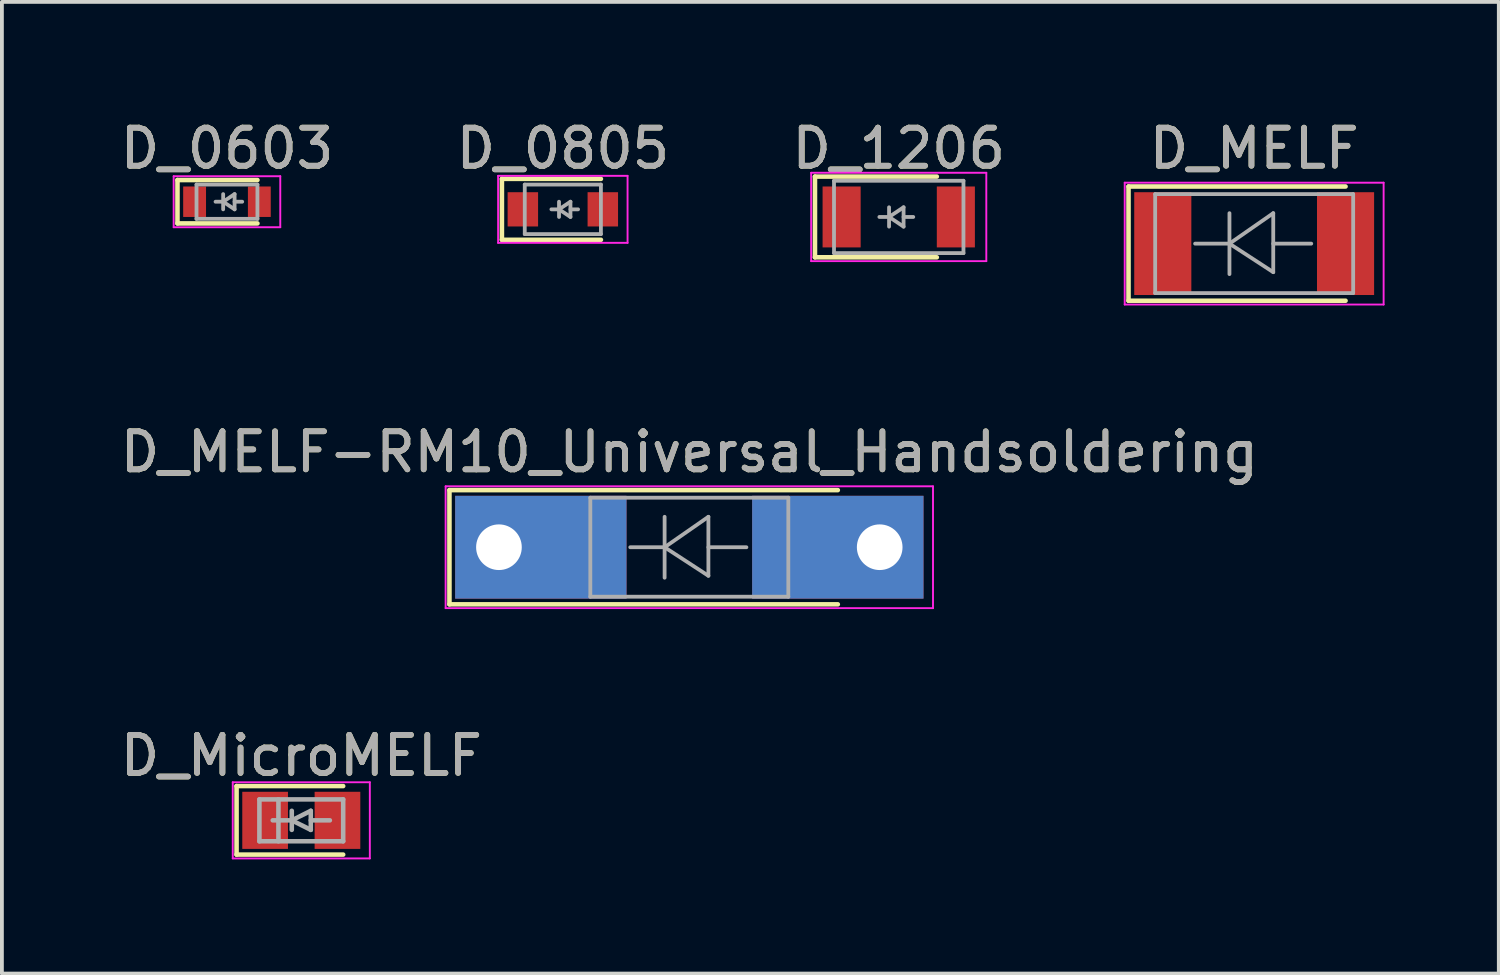
<source format=kicad_pcb>
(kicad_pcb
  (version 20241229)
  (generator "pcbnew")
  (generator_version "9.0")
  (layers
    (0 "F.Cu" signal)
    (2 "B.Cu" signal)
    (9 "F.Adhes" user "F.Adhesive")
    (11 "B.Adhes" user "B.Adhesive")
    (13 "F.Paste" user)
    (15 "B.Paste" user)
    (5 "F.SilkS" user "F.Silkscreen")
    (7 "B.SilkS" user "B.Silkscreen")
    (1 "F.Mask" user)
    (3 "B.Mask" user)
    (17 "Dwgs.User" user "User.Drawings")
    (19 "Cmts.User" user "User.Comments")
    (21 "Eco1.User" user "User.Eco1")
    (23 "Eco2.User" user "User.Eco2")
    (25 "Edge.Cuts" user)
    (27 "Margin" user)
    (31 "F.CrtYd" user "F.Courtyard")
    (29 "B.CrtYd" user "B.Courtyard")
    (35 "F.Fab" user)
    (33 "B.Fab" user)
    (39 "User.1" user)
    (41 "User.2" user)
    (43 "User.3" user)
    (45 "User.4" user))
  (footprint "D_MicroMELF"
    (layer "F.Cu")
    (at 4.863 18.495)
    (property "Reference" "D_MicroMELF" (at 0 -1.7 0) (layer "F.SilkS") (effects (font (size 1 1) (thickness 0.15))))
    (attr smd)
    (fp_line (start -1.7 -0.9) (end -1.7 0.9) (stroke (width 0.12) (type solid)) (layer "F.SilkS"))
    (fp_line (start -1.7 0.9) (end 1.1 0.9) (stroke (width 0.12) (type solid)) (layer "F.SilkS"))
    (fp_line (start 1.1 -0.9) (end -1.7 -0.9) (stroke (width 0.12) (type solid)) (layer "F.SilkS"))
    (fp_line (start -1.8 -1) (end -1.8 1) (stroke (width 0.05) (type solid)) (layer "F.CrtYd"))
    (fp_line (start -1.8 -1) (end 1.8 -1) (stroke (width 0.05) (type solid)) (layer "F.CrtYd"))
    (fp_line (start 1.8 1) (end -1.8 1) (stroke (width 0.05) (type solid)) (layer "F.CrtYd"))
    (fp_line (start 1.8 1) (end 1.8 -1) (stroke (width 0.05) (type solid)) (layer "F.CrtYd"))
    (fp_line (start -1.1 -0.55) (end 1.1 -0.55) (stroke (width 0.12) (type solid)) (layer "F.Fab"))
    (fp_line (start -1.1 0.55) (end -1.1 -0.55) (stroke (width 0.12) (type solid)) (layer "F.Fab"))
    (fp_line (start -0.6 -0.55) (end -0.6 0.55) (stroke (width 0.12) (type solid)) (layer "F.Fab"))
    (fp_line (start -0.25 -0.25) (end -0.25 0.25) (stroke (width 0.12) (type solid)) (layer "F.Fab"))
    (fp_line (start -0.25 0) (end -0.75 0) (stroke (width 0.12) (type solid)) (layer "F.Fab"))
    (fp_line (start -0.25 0) (end 0.25 -0.25) (stroke (width 0.12) (type solid)) (layer "F.Fab"))
    (fp_line (start 0.25 -0.25) (end 0.25 0.25) (stroke (width 0.12) (type solid)) (layer "F.Fab"))
    (fp_line (start 0.25 0) (end 0.75 0) (stroke (width 0.12) (type solid)) (layer "F.Fab"))
    (fp_line (start 0.25 0.25) (end -0.25 0) (stroke (width 0.12) (type solid)) (layer "F.Fab"))
    (fp_line (start 1.1 -0.55) (end 1.1 0.55) (stroke (width 0.12) (type solid)) (layer "F.Fab"))
    (fp_line (start 1.1 0.55) (end -1.1 0.55) (stroke (width 0.12) (type solid)) (layer "F.Fab"))
    (fp_text user "${REFERENCE}" (at 0 -1.7 0) (layer "F.Fab") (effects (font (size 1 1) (thickness 0.15))))
    (pad "1" smd rect (at -0.95 0) (size 1.2 1.5) (layers "F.Cu" "F.Mask" "F.Paste"))
    (pad "2" smd rect (at 0.95 0) (size 1.2 1.5) (layers "F.Cu" "F.Mask" "F.Paste")))
  (footprint "D_0805"
    (layer "F.Cu")
    (at 11.732 2.448)
    (property "Reference" "D_0805" (at 0 -1.6 0) (layer "F.SilkS") (effects (font (size 1 1) (thickness 0.15))))
    (attr smd)
    (fp_line (start -1.6 -0.8) (end -1.6 0.8) (stroke (width 0.12) (type solid)) (layer "F.SilkS"))
    (fp_line (start -1.6 -0.8) (end 1 -0.8) (stroke (width 0.12) (type solid)) (layer "F.SilkS"))
    (fp_line (start -1.6 0.8) (end 1 0.8) (stroke (width 0.12) (type solid)) (layer "F.SilkS"))
    (fp_line (start -1.7 -0.88) (end 1.7 -0.88) (stroke (width 0.05) (type solid)) (layer "F.CrtYd"))
    (fp_line (start -1.7 0.88) (end -1.7 -0.88) (stroke (width 0.05) (type solid)) (layer "F.CrtYd"))
    (fp_line (start 1.7 -0.88) (end 1.7 0.88) (stroke (width 0.05) (type solid)) (layer "F.CrtYd"))
    (fp_line (start 1.7 0.88) (end -1.7 0.88) (stroke (width 0.05) (type solid)) (layer "F.CrtYd"))
    (fp_line (start -1 -0.65) (end 1 -0.65) (stroke (width 0.1) (type solid)) (layer "F.Fab"))
    (fp_line (start -1 0.65) (end -1 -0.65) (stroke (width 0.1) (type solid)) (layer "F.Fab"))
    (fp_line (start -0.1 -0.2) (end -0.1 0.2) (stroke (width 0.1) (type solid)) (layer "F.Fab"))
    (fp_line (start -0.1 0) (end -0.3 0) (stroke (width 0.1) (type solid)) (layer "F.Fab"))
    (fp_line (start -0.1 0) (end 0.2 0.2) (stroke (width 0.1) (type solid)) (layer "F.Fab"))
    (fp_line (start 0.2 -0.2) (end -0.1 0) (stroke (width 0.1) (type solid)) (layer "F.Fab"))
    (fp_line (start 0.2 0) (end 0.4 0) (stroke (width 0.1) (type solid)) (layer "F.Fab"))
    (fp_line (start 0.2 0.2) (end 0.2 -0.2) (stroke (width 0.1) (type solid)) (layer "F.Fab"))
    (fp_line (start 1 -0.65) (end 1 0.65) (stroke (width 0.1) (type solid)) (layer "F.Fab"))
    (fp_line (start 1 0.65) (end -1 0.65) (stroke (width 0.1) (type solid)) (layer "F.Fab"))
    (fp_text user "${REFERENCE}" (at 0 -1.6 0) (layer "F.Fab") (effects (font (size 1 1) (thickness 0.15))))
    (pad "1" smd rect (at -1.05 0) (size 0.8 0.9) (layers "F.Cu" "F.Mask" "F.Paste"))
    (pad "2" smd rect (at 1.05 0) (size 0.8 0.9) (layers "F.Cu" "F.Mask" "F.Paste")))
  (footprint "D_0603"
    (layer "F.Cu")
    (at 2.911 2.248)
    (property "Reference" "D_0603" (at 0 -1.4 0) (layer "F.SilkS") (effects (font (size 1 1) (thickness 0.15))))
    (attr smd)
    (fp_line (start -1.3 -0.57) (end -1.3 0.57) (stroke (width 0.12) (type solid)) (layer "F.SilkS"))
    (fp_line (start -1.3 -0.57) (end 0.8 -0.57) (stroke (width 0.12) (type solid)) (layer "F.SilkS"))
    (fp_line (start -1.3 0.57) (end 0.8 0.57) (stroke (width 0.12) (type solid)) (layer "F.SilkS"))
    (fp_line (start -1.4 -0.67) (end -1.4 0.67) (stroke (width 0.05) (type solid)) (layer "F.CrtYd"))
    (fp_line (start -1.4 0.67) (end 1.4 0.67) (stroke (width 0.05) (type solid)) (layer "F.CrtYd"))
    (fp_line (start 1.4 -0.67) (end -1.4 -0.67) (stroke (width 0.05) (type solid)) (layer "F.CrtYd"))
    (fp_line (start 1.4 0.67) (end 1.4 -0.67) (stroke (width 0.05) (type solid)) (layer "F.CrtYd"))
    (fp_line (start -0.8 -0.45) (end 0.8 -0.45) (stroke (width 0.1) (type solid)) (layer "F.Fab"))
    (fp_line (start -0.8 0.45) (end -0.8 -0.45) (stroke (width 0.1) (type solid)) (layer "F.Fab"))
    (fp_line (start -0.1 -0.2) (end -0.1 0.2) (stroke (width 0.1) (type solid)) (layer "F.Fab"))
    (fp_line (start -0.1 0) (end -0.3 0) (stroke (width 0.1) (type solid)) (layer "F.Fab"))
    (fp_line (start -0.1 0) (end 0.2 0.2) (stroke (width 0.1) (type solid)) (layer "F.Fab"))
    (fp_line (start 0.2 -0.2) (end -0.1 0) (stroke (width 0.1) (type solid)) (layer "F.Fab"))
    (fp_line (start 0.2 0) (end 0.4 0) (stroke (width 0.1) (type solid)) (layer "F.Fab"))
    (fp_line (start 0.2 0.2) (end 0.2 -0.2) (stroke (width 0.1) (type solid)) (layer "F.Fab"))
    (fp_line (start 0.8 -0.45) (end 0.8 0.45) (stroke (width 0.1) (type solid)) (layer "F.Fab"))
    (fp_line (start 0.8 0.45) (end -0.8 0.45) (stroke (width 0.1) (type solid)) (layer "F.Fab"))
    (fp_text user "${REFERENCE}" (at 0 -1.4 0) (layer "F.Fab") (effects (font (size 1 1) (thickness 0.15))))
    (pad "1" smd rect (at -0.85 0) (size 0.6 0.8) (layers "F.Cu" "F.Mask" "F.Paste"))
    (pad "2" smd rect (at 0.85 0) (size 0.6 0.8) (layers "F.Cu" "F.Mask" "F.Paste")))
  (footprint "D_1206"
    (layer "F.Cu")
    (at 20.554 2.648)
    (property "Reference" "D_1206" (at 0 -1.8 0) (layer "F.SilkS") (effects (font (size 1 1) (thickness 0.15))))
    (attr smd)
    (fp_line (start -2.2 -1.06) (end -2.2 1.06) (stroke (width 0.12) (type solid)) (layer "F.SilkS"))
    (fp_line (start -2.2 1.06) (end 1 1.06) (stroke (width 0.12) (type solid)) (layer "F.SilkS"))
    (fp_line (start 1 -1.06) (end -2.2 -1.06) (stroke (width 0.12) (type solid)) (layer "F.SilkS"))
    (fp_line (start -2.3 -1.16) (end -2.3 1.16) (stroke (width 0.05) (type solid)) (layer "F.CrtYd"))
    (fp_line (start -2.3 -1.16) (end 2.3 -1.16) (stroke (width 0.05) (type solid)) (layer "F.CrtYd"))
    (fp_line (start -2.3 1.16) (end 2.3 1.16) (stroke (width 0.05) (type solid)) (layer "F.CrtYd"))
    (fp_line (start 2.3 -1.16) (end 2.3 1.16) (stroke (width 0.05) (type solid)) (layer "F.CrtYd"))
    (fp_line (start -1.7 -0.95) (end 1.7 -0.95) (stroke (width 0.1) (type solid)) (layer "F.Fab"))
    (fp_line (start -1.7 0.95) (end -1.7 -0.95) (stroke (width 0.1) (type solid)) (layer "F.Fab"))
    (fp_line (start -0.254 -0.254) (end -0.254 0.254) (stroke (width 0.1) (type solid)) (layer "F.Fab"))
    (fp_line (start -0.254 0) (end -0.508 0) (stroke (width 0.1) (type solid)) (layer "F.Fab"))
    (fp_line (start -0.254 0) (end 0.127 -0.254) (stroke (width 0.1) (type solid)) (layer "F.Fab"))
    (fp_line (start 0.127 -0.254) (end 0.127 0.254) (stroke (width 0.1) (type solid)) (layer "F.Fab"))
    (fp_line (start 0.127 0) (end 0.381 0) (stroke (width 0.1) (type solid)) (layer "F.Fab"))
    (fp_line (start 0.127 0.254) (end -0.254 0) (stroke (width 0.1) (type solid)) (layer "F.Fab"))
    (fp_line (start 1.7 -0.95) (end 1.7 0.95) (stroke (width 0.1) (type solid)) (layer "F.Fab"))
    (fp_line (start 1.7 0.95) (end -1.7 0.95) (stroke (width 0.1) (type solid)) (layer "F.Fab"))
    (fp_text user "${REFERENCE}" (at 0 -1.8 0) (layer "F.Fab") (effects (font (size 1 1) (thickness 0.15))))
    (pad "1" smd rect (at -1.5 0) (size 1 1.6) (layers "F.Cu" "F.Mask" "F.Paste"))
    (pad "2" smd rect (at 1.5 0) (size 1 1.6) (layers "F.Cu" "F.Mask" "F.Paste")))
  (footprint "D_MELF"
    (layer "F.Cu")
    (at 29.889 3.348)
    (property "Reference" "D_MELF" (at 0 -2.5 0) (layer "F.SilkS") (effects (font (size 1 1) (thickness 0.15))))
    (attr smd)
    (fp_line (start -3.3 -1.5) (end -3.3 1.5) (stroke (width 0.12) (type solid)) (layer "F.SilkS"))
    (fp_line (start -3.3 1.5) (end 2.4 1.5) (stroke (width 0.12) (type solid)) (layer "F.SilkS"))
    (fp_line (start 2.4 -1.5) (end -3.3 -1.5) (stroke (width 0.12) (type solid)) (layer "F.SilkS"))
    (fp_line (start -3.4 -1.6) (end 3.4 -1.6) (stroke (width 0.05) (type solid)) (layer "F.CrtYd"))
    (fp_line (start -3.4 1.6) (end -3.4 -1.6) (stroke (width 0.05) (type solid)) (layer "F.CrtYd"))
    (fp_line (start 3.4 -1.6) (end 3.4 1.6) (stroke (width 0.05) (type solid)) (layer "F.CrtYd"))
    (fp_line (start 3.4 1.6) (end -3.4 1.6) (stroke (width 0.05) (type solid)) (layer "F.CrtYd"))
    (fp_line (start -2.6 -1.3) (end -2.6 1.3) (stroke (width 0.1) (type solid)) (layer "F.Fab"))
    (fp_line (start -2.6 1.3) (end 2.6 1.3) (stroke (width 0.1) (type solid)) (layer "F.Fab"))
    (fp_line (start -0.649 -0.799) (end -0.649 0.801) (stroke (width 0.1) (type solid)) (layer "F.Fab"))
    (fp_line (start -0.649 0.001) (end -1.551 0.001) (stroke (width 0.1) (type solid)) (layer "F.Fab"))
    (fp_line (start -0.649 0.001) (end 0.501 -0.799) (stroke (width 0.1) (type solid)) (layer "F.Fab"))
    (fp_line (start -0.649 0.001) (end 0.501 0.75) (stroke (width 0.1) (type solid)) (layer "F.Fab"))
    (fp_line (start 0.501 0.001) (end 1.499 0.001) (stroke (width 0.1) (type solid)) (layer "F.Fab"))
    (fp_line (start 0.501 0.75) (end 0.501 -0.799) (stroke (width 0.1) (type solid)) (layer "F.Fab"))
    (fp_line (start 2.6 -1.3) (end -2.6 -1.3) (stroke (width 0.1) (type solid)) (layer "F.Fab"))
    (fp_line (start 2.6 1.3) (end 2.6 -1.3) (stroke (width 0.1) (type solid)) (layer "F.Fab"))
    (fp_text user "${REFERENCE}" (at 0 -2.5 0) (layer "F.Fab") (effects (font (size 1 1) (thickness 0.15))))
    (pad "1" smd rect (at -2.4 0) (size 1.5 2.7) (layers "F.Cu" "F.Mask" "F.Paste"))
    (pad "2" smd rect (at 2.4 0) (size 1.5 2.7) (layers "F.Cu" "F.Mask" "F.Paste")))
  (footprint "D_MELF-RM10_Universal_Handsoldering"
    (layer "F.Cu")
    (at 15.054 11.322)
    (property "Reference" "D_MELF-RM10_Universal_Handsoldering" (at 0 -2.5 0) (layer "F.SilkS") (effects (font (size 1 1) (thickness 0.15))))
    (attr through_hole)
    (fp_line (start -6.3 -1.5) (end -6.3 1.5) (stroke (width 0.12) (type solid)) (layer "F.SilkS"))
    (fp_line (start -6.3 1.5) (end 3.9 1.5) (stroke (width 0.12) (type solid)) (layer "F.SilkS"))
    (fp_line (start 3.9 -1.5) (end -6.3 -1.5) (stroke (width 0.12) (type solid)) (layer "F.SilkS"))
    (fp_line (start -6.4 -1.6) (end 6.4 -1.6) (stroke (width 0.05) (type solid)) (layer "F.CrtYd"))
    (fp_line (start -6.4 1.6) (end -6.4 -1.6) (stroke (width 0.05) (type solid)) (layer "F.CrtYd"))
    (fp_line (start 6.4 -1.6) (end 6.4 1.6) (stroke (width 0.05) (type solid)) (layer "F.CrtYd"))
    (fp_line (start 6.4 1.6) (end -6.4 1.6) (stroke (width 0.05) (type solid)) (layer "F.CrtYd"))
    (fp_line (start -2.6 -1.3) (end -2.6 1.3) (stroke (width 0.1) (type solid)) (layer "F.Fab"))
    (fp_line (start -2.6 1.3) (end 2.6 1.3) (stroke (width 0.1) (type solid)) (layer "F.Fab"))
    (fp_line (start -0.649 -0.799) (end -0.649 0.801) (stroke (width 0.1) (type solid)) (layer "F.Fab"))
    (fp_line (start -0.649 0.001) (end -1.551 0.001) (stroke (width 0.1) (type solid)) (layer "F.Fab"))
    (fp_line (start -0.649 0.001) (end 0.501 -0.799) (stroke (width 0.1) (type solid)) (layer "F.Fab"))
    (fp_line (start -0.649 0.001) (end 0.501 0.75) (stroke (width 0.1) (type solid)) (layer "F.Fab"))
    (fp_line (start 0.501 0.001) (end 1.499 0.001) (stroke (width 0.1) (type solid)) (layer "F.Fab"))
    (fp_line (start 0.501 0.75) (end 0.501 -0.799) (stroke (width 0.1) (type solid)) (layer "F.Fab"))
    (fp_line (start 2.6 -1.3) (end -2.6 -1.3) (stroke (width 0.1) (type solid)) (layer "F.Fab"))
    (fp_line (start 2.6 1.3) (end 2.6 -1.3) (stroke (width 0.1) (type solid)) (layer "F.Fab"))
    (fp_text user "${REFERENCE}" (at 0 -2.5 0) (layer "F.Fab") (effects (font (size 1 1) (thickness 0.15))))
    (pad "1" thru_hole rect (at -5 0) (size 4.5 2.7) (drill 1.199 (offset 1.1 0)) (layers "*.Cu" "*.Mask"))
    (pad "2" thru_hole rect (at 5 0 180) (size 4.5 2.7) (drill 1.199 (offset 1.1 0)) (layers "*.Cu" "*.Mask")))
  (gr_rect
    (start -3 -3)
    (end 36.314 22.52)
    (stroke (width 0.1) (type default))
    (fill no)
    (layer "Edge.Cuts")))
</source>
